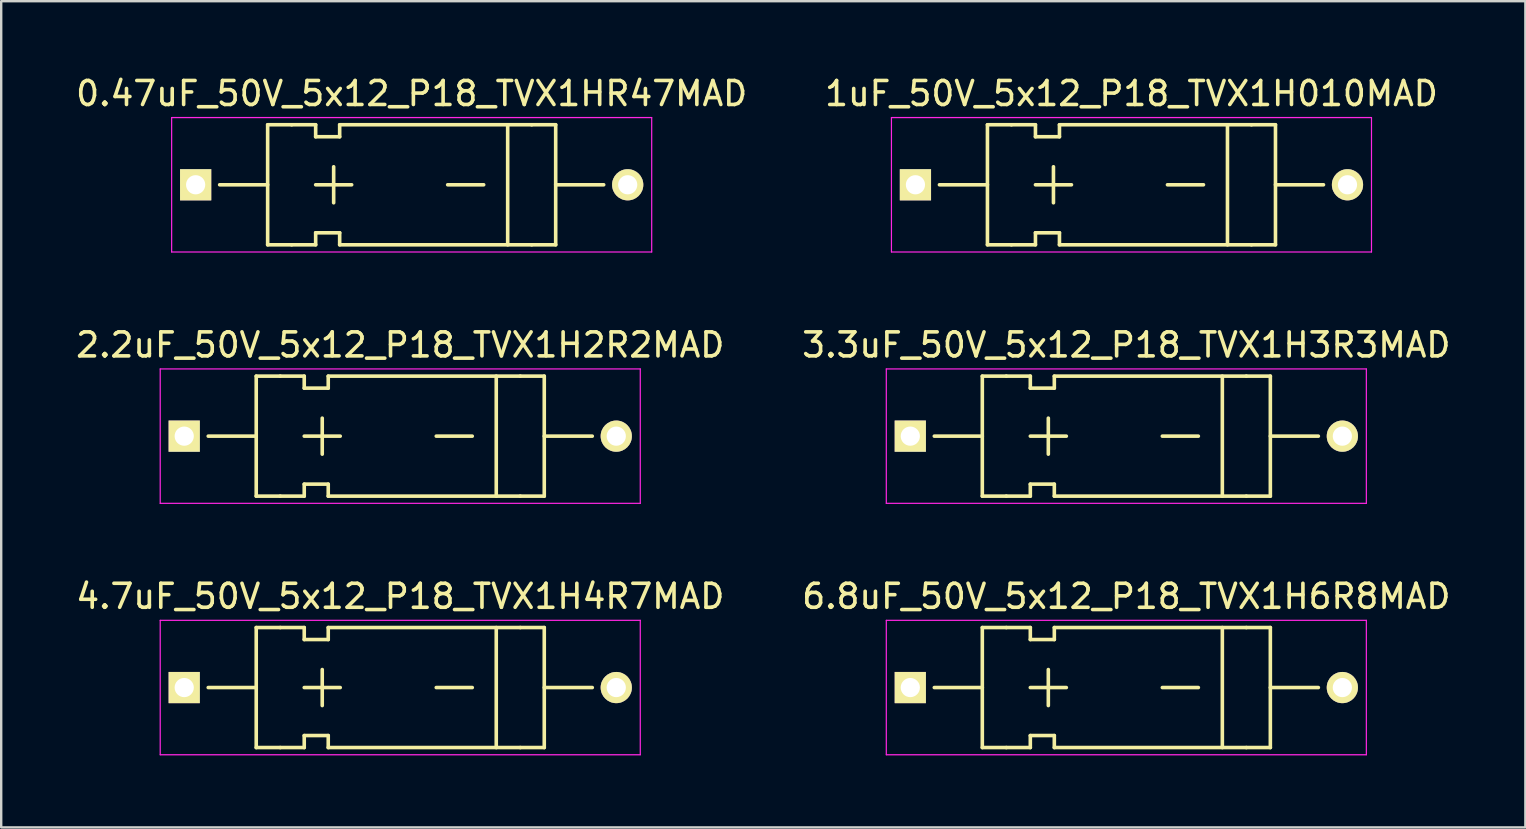
<source format=kicad_pcb>
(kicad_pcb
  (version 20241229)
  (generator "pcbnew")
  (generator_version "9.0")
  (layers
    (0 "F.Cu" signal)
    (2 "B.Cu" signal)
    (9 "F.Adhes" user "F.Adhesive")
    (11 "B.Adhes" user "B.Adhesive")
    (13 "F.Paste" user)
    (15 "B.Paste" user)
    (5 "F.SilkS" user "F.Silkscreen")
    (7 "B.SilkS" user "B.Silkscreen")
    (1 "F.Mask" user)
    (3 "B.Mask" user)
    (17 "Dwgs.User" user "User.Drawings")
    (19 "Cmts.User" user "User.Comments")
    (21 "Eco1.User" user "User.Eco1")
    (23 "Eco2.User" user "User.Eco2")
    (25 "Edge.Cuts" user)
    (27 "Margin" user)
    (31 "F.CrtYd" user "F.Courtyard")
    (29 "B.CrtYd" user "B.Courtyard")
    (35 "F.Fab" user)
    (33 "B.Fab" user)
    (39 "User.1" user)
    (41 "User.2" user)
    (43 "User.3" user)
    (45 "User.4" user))
  (footprint "1uF_50V_5x12_P18_TVX1H010MAD"
    (layer "F.Cu")
    (at 35.089 4.648)
    (property "Reference" "1uF_50V_5x12_P18_TVX1H010MAD" (at 9 -3.8 0) (layer "F.SilkS") (effects (font (size 1 1) (thickness 0.15))))
    (attr through_hole)
    (fp_line (start 1 0) (end 3 0) (stroke (width 0.15) (type solid)) (layer "F.SilkS"))
    (fp_line (start 3 2.5) (end 3 -2.5) (stroke (width 0.15) (type solid)) (layer "F.SilkS"))
    (fp_line (start 3 2.5) (end 4 2.5) (stroke (width 0.15) (type solid)) (layer "F.SilkS"))
    (fp_line (start 4 -2.5) (end 3 -2.5) (stroke (width 0.15) (type solid)) (layer "F.SilkS"))
    (fp_line (start 5 -2.5) (end 4 -2.5) (stroke (width 0.15) (type solid)) (layer "F.SilkS"))
    (fp_line (start 5 -2.5) (end 5 -2) (stroke (width 0.15) (type solid)) (layer "F.SilkS"))
    (fp_line (start 5 -2) (end 6 -2) (stroke (width 0.15) (type solid)) (layer "F.SilkS"))
    (fp_line (start 5 0) (end 6.5 0) (stroke (width 0.15) (type solid)) (layer "F.SilkS"))
    (fp_line (start 5 2) (end 5 2.5) (stroke (width 0.15) (type solid)) (layer "F.SilkS"))
    (fp_line (start 5 2.5) (end 4 2.5) (stroke (width 0.15) (type solid)) (layer "F.SilkS"))
    (fp_line (start 5.75 0.75) (end 5.75 -0.75) (stroke (width 0.15) (type solid)) (layer "F.SilkS"))
    (fp_line (start 6 -2) (end 6 -2.5) (stroke (width 0.15) (type solid)) (layer "F.SilkS"))
    (fp_line (start 6 2) (end 5 2) (stroke (width 0.15) (type solid)) (layer "F.SilkS"))
    (fp_line (start 6 2.5) (end 6 2) (stroke (width 0.15) (type solid)) (layer "F.SilkS"))
    (fp_line (start 6 2.5) (end 14 2.5) (stroke (width 0.15) (type solid)) (layer "F.SilkS"))
    (fp_line (start 10.5 0) (end 12 0) (stroke (width 0.15) (type solid)) (layer "F.SilkS"))
    (fp_line (start 13 -2.5) (end 13 2.5) (stroke (width 0.15) (type solid)) (layer "F.SilkS"))
    (fp_line (start 14 -2.5) (end 6 -2.5) (stroke (width 0.15) (type solid)) (layer "F.SilkS"))
    (fp_line (start 14 -2.5) (end 15 -2.5) (stroke (width 0.15) (type solid)) (layer "F.SilkS"))
    (fp_line (start 14 2.5) (end 15 2.5) (stroke (width 0.15) (type solid)) (layer "F.SilkS"))
    (fp_line (start 15 2.5) (end 15 -2.5) (stroke (width 0.15) (type solid)) (layer "F.SilkS"))
    (fp_line (start 17 0) (end 15 0) (stroke (width 0.15) (type solid)) (layer "F.SilkS"))
    (fp_line (start -1 -2.8) (end 19 -2.8) (stroke (width 0.05) (type solid)) (layer "F.CrtYd"))
    (fp_line (start -1 2.8) (end -1 -2.8) (stroke (width 0.05) (type solid)) (layer "F.CrtYd"))
    (fp_line (start 19 -2.8) (end 19 2.8) (stroke (width 0.05) (type solid)) (layer "F.CrtYd"))
    (fp_line (start 19 2.8) (end -1 2.8) (stroke (width 0.05) (type solid)) (layer "F.CrtYd"))
    (pad "1" thru_hole rect (at 0 0) (size 1.3 1.3) (drill 0.8) (layers "*.Cu" "*.Mask" "F.SilkS"))
    (pad "2" thru_hole circle (at 18 0) (size 1.3 1.3) (drill 0.8) (layers "*.Cu" "*.Mask" "F.SilkS")))
  (footprint "0.47uF_50V_5x12_P18_TVX1HR47MAD"
    (layer "F.Cu")
    (at 5.101 4.648)
    (property "Reference" "0.47uF_50V_5x12_P18_TVX1HR47MAD" (at 9 -3.8 0) (layer "F.SilkS") (effects (font (size 1 1) (thickness 0.15))))
    (attr through_hole)
    (fp_line (start 1 0) (end 3 0) (stroke (width 0.15) (type solid)) (layer "F.SilkS"))
    (fp_line (start 3 2.5) (end 3 -2.5) (stroke (width 0.15) (type solid)) (layer "F.SilkS"))
    (fp_line (start 3 2.5) (end 4 2.5) (stroke (width 0.15) (type solid)) (layer "F.SilkS"))
    (fp_line (start 4 -2.5) (end 3 -2.5) (stroke (width 0.15) (type solid)) (layer "F.SilkS"))
    (fp_line (start 5 -2.5) (end 4 -2.5) (stroke (width 0.15) (type solid)) (layer "F.SilkS"))
    (fp_line (start 5 -2.5) (end 5 -2) (stroke (width 0.15) (type solid)) (layer "F.SilkS"))
    (fp_line (start 5 -2) (end 6 -2) (stroke (width 0.15) (type solid)) (layer "F.SilkS"))
    (fp_line (start 5 0) (end 6.5 0) (stroke (width 0.15) (type solid)) (layer "F.SilkS"))
    (fp_line (start 5 2) (end 5 2.5) (stroke (width 0.15) (type solid)) (layer "F.SilkS"))
    (fp_line (start 5 2.5) (end 4 2.5) (stroke (width 0.15) (type solid)) (layer "F.SilkS"))
    (fp_line (start 5.75 0.75) (end 5.75 -0.75) (stroke (width 0.15) (type solid)) (layer "F.SilkS"))
    (fp_line (start 6 -2) (end 6 -2.5) (stroke (width 0.15) (type solid)) (layer "F.SilkS"))
    (fp_line (start 6 2) (end 5 2) (stroke (width 0.15) (type solid)) (layer "F.SilkS"))
    (fp_line (start 6 2.5) (end 6 2) (stroke (width 0.15) (type solid)) (layer "F.SilkS"))
    (fp_line (start 6 2.5) (end 14 2.5) (stroke (width 0.15) (type solid)) (layer "F.SilkS"))
    (fp_line (start 10.5 0) (end 12 0) (stroke (width 0.15) (type solid)) (layer "F.SilkS"))
    (fp_line (start 13 -2.5) (end 13 2.5) (stroke (width 0.15) (type solid)) (layer "F.SilkS"))
    (fp_line (start 14 -2.5) (end 6 -2.5) (stroke (width 0.15) (type solid)) (layer "F.SilkS"))
    (fp_line (start 14 -2.5) (end 15 -2.5) (stroke (width 0.15) (type solid)) (layer "F.SilkS"))
    (fp_line (start 14 2.5) (end 15 2.5) (stroke (width 0.15) (type solid)) (layer "F.SilkS"))
    (fp_line (start 15 2.5) (end 15 -2.5) (stroke (width 0.15) (type solid)) (layer "F.SilkS"))
    (fp_line (start 17 0) (end 15 0) (stroke (width 0.15) (type solid)) (layer "F.SilkS"))
    (fp_line (start -1 -2.8) (end 19 -2.8) (stroke (width 0.05) (type solid)) (layer "F.CrtYd"))
    (fp_line (start -1 2.8) (end -1 -2.8) (stroke (width 0.05) (type solid)) (layer "F.CrtYd"))
    (fp_line (start 19 -2.8) (end 19 2.8) (stroke (width 0.05) (type solid)) (layer "F.CrtYd"))
    (fp_line (start 19 2.8) (end -1 2.8) (stroke (width 0.05) (type solid)) (layer "F.CrtYd"))
    (pad "1" thru_hole rect (at 0 0) (size 1.3 1.3) (drill 0.8) (layers "*.Cu" "*.Mask" "F.SilkS"))
    (pad "2" thru_hole circle (at 18 0) (size 1.3 1.3) (drill 0.8) (layers "*.Cu" "*.Mask" "F.SilkS")))
  (footprint "3.3uF_50V_5x12_P18_TVX1H3R3MAD"
    (layer "F.Cu")
    (at 34.875 15.121)
    (property "Reference" "3.3uF_50V_5x12_P18_TVX1H3R3MAD" (at 9 -3.8 0) (layer "F.SilkS") (effects (font (size 1 1) (thickness 0.15))))
    (attr through_hole)
    (fp_line (start 1 0) (end 3 0) (stroke (width 0.15) (type solid)) (layer "F.SilkS"))
    (fp_line (start 3 2.5) (end 3 -2.5) (stroke (width 0.15) (type solid)) (layer "F.SilkS"))
    (fp_line (start 3 2.5) (end 4 2.5) (stroke (width 0.15) (type solid)) (layer "F.SilkS"))
    (fp_line (start 4 -2.5) (end 3 -2.5) (stroke (width 0.15) (type solid)) (layer "F.SilkS"))
    (fp_line (start 5 -2.5) (end 4 -2.5) (stroke (width 0.15) (type solid)) (layer "F.SilkS"))
    (fp_line (start 5 -2.5) (end 5 -2) (stroke (width 0.15) (type solid)) (layer "F.SilkS"))
    (fp_line (start 5 -2) (end 6 -2) (stroke (width 0.15) (type solid)) (layer "F.SilkS"))
    (fp_line (start 5 0) (end 6.5 0) (stroke (width 0.15) (type solid)) (layer "F.SilkS"))
    (fp_line (start 5 2) (end 5 2.5) (stroke (width 0.15) (type solid)) (layer "F.SilkS"))
    (fp_line (start 5 2.5) (end 4 2.5) (stroke (width 0.15) (type solid)) (layer "F.SilkS"))
    (fp_line (start 5.75 0.75) (end 5.75 -0.75) (stroke (width 0.15) (type solid)) (layer "F.SilkS"))
    (fp_line (start 6 -2) (end 6 -2.5) (stroke (width 0.15) (type solid)) (layer "F.SilkS"))
    (fp_line (start 6 2) (end 5 2) (stroke (width 0.15) (type solid)) (layer "F.SilkS"))
    (fp_line (start 6 2.5) (end 6 2) (stroke (width 0.15) (type solid)) (layer "F.SilkS"))
    (fp_line (start 6 2.5) (end 14 2.5) (stroke (width 0.15) (type solid)) (layer "F.SilkS"))
    (fp_line (start 10.5 0) (end 12 0) (stroke (width 0.15) (type solid)) (layer "F.SilkS"))
    (fp_line (start 13 -2.5) (end 13 2.5) (stroke (width 0.15) (type solid)) (layer "F.SilkS"))
    (fp_line (start 14 -2.5) (end 6 -2.5) (stroke (width 0.15) (type solid)) (layer "F.SilkS"))
    (fp_line (start 14 -2.5) (end 15 -2.5) (stroke (width 0.15) (type solid)) (layer "F.SilkS"))
    (fp_line (start 14 2.5) (end 15 2.5) (stroke (width 0.15) (type solid)) (layer "F.SilkS"))
    (fp_line (start 15 2.5) (end 15 -2.5) (stroke (width 0.15) (type solid)) (layer "F.SilkS"))
    (fp_line (start 17 0) (end 15 0) (stroke (width 0.15) (type solid)) (layer "F.SilkS"))
    (fp_line (start -1 -2.8) (end 19 -2.8) (stroke (width 0.05) (type solid)) (layer "F.CrtYd"))
    (fp_line (start -1 2.8) (end -1 -2.8) (stroke (width 0.05) (type solid)) (layer "F.CrtYd"))
    (fp_line (start 19 -2.8) (end 19 2.8) (stroke (width 0.05) (type solid)) (layer "F.CrtYd"))
    (fp_line (start 19 2.8) (end -1 2.8) (stroke (width 0.05) (type solid)) (layer "F.CrtYd"))
    (pad "1" thru_hole rect (at 0 0) (size 1.3 1.3) (drill 0.8) (layers "*.Cu" "*.Mask" "F.SilkS"))
    (pad "2" thru_hole circle (at 18 0) (size 1.3 1.3) (drill 0.8) (layers "*.Cu" "*.Mask" "F.SilkS")))
  (footprint "6.8uF_50V_5x12_P18_TVX1H6R8MAD"
    (layer "F.Cu")
    (at 34.875 25.595)
    (property "Reference" "6.8uF_50V_5x12_P18_TVX1H6R8MAD" (at 9 -3.8 0) (layer "F.SilkS") (effects (font (size 1 1) (thickness 0.15))))
    (attr through_hole)
    (fp_line (start 1 0) (end 3 0) (stroke (width 0.15) (type solid)) (layer "F.SilkS"))
    (fp_line (start 3 2.5) (end 3 -2.5) (stroke (width 0.15) (type solid)) (layer "F.SilkS"))
    (fp_line (start 3 2.5) (end 4 2.5) (stroke (width 0.15) (type solid)) (layer "F.SilkS"))
    (fp_line (start 4 -2.5) (end 3 -2.5) (stroke (width 0.15) (type solid)) (layer "F.SilkS"))
    (fp_line (start 5 -2.5) (end 4 -2.5) (stroke (width 0.15) (type solid)) (layer "F.SilkS"))
    (fp_line (start 5 -2.5) (end 5 -2) (stroke (width 0.15) (type solid)) (layer "F.SilkS"))
    (fp_line (start 5 -2) (end 6 -2) (stroke (width 0.15) (type solid)) (layer "F.SilkS"))
    (fp_line (start 5 0) (end 6.5 0) (stroke (width 0.15) (type solid)) (layer "F.SilkS"))
    (fp_line (start 5 2) (end 5 2.5) (stroke (width 0.15) (type solid)) (layer "F.SilkS"))
    (fp_line (start 5 2.5) (end 4 2.5) (stroke (width 0.15) (type solid)) (layer "F.SilkS"))
    (fp_line (start 5.75 0.75) (end 5.75 -0.75) (stroke (width 0.15) (type solid)) (layer "F.SilkS"))
    (fp_line (start 6 -2) (end 6 -2.5) (stroke (width 0.15) (type solid)) (layer "F.SilkS"))
    (fp_line (start 6 2) (end 5 2) (stroke (width 0.15) (type solid)) (layer "F.SilkS"))
    (fp_line (start 6 2.5) (end 6 2) (stroke (width 0.15) (type solid)) (layer "F.SilkS"))
    (fp_line (start 6 2.5) (end 14 2.5) (stroke (width 0.15) (type solid)) (layer "F.SilkS"))
    (fp_line (start 10.5 0) (end 12 0) (stroke (width 0.15) (type solid)) (layer "F.SilkS"))
    (fp_line (start 13 -2.5) (end 13 2.5) (stroke (width 0.15) (type solid)) (layer "F.SilkS"))
    (fp_line (start 14 -2.5) (end 6 -2.5) (stroke (width 0.15) (type solid)) (layer "F.SilkS"))
    (fp_line (start 14 -2.5) (end 15 -2.5) (stroke (width 0.15) (type solid)) (layer "F.SilkS"))
    (fp_line (start 14 2.5) (end 15 2.5) (stroke (width 0.15) (type solid)) (layer "F.SilkS"))
    (fp_line (start 15 2.5) (end 15 -2.5) (stroke (width 0.15) (type solid)) (layer "F.SilkS"))
    (fp_line (start 17 0) (end 15 0) (stroke (width 0.15) (type solid)) (layer "F.SilkS"))
    (fp_line (start -1 -2.8) (end 19 -2.8) (stroke (width 0.05) (type solid)) (layer "F.CrtYd"))
    (fp_line (start -1 2.8) (end -1 -2.8) (stroke (width 0.05) (type solid)) (layer "F.CrtYd"))
    (fp_line (start 19 -2.8) (end 19 2.8) (stroke (width 0.05) (type solid)) (layer "F.CrtYd"))
    (fp_line (start 19 2.8) (end -1 2.8) (stroke (width 0.05) (type solid)) (layer "F.CrtYd"))
    (pad "1" thru_hole rect (at 0 0) (size 1.3 1.3) (drill 0.8) (layers "*.Cu" "*.Mask" "F.SilkS"))
    (pad "2" thru_hole circle (at 18 0) (size 1.3 1.3) (drill 0.8) (layers "*.Cu" "*.Mask" "F.SilkS")))
  (footprint "4.7uF_50V_5x12_P18_TVX1H4R7MAD"
    (layer "F.Cu")
    (at 4.625 25.595)
    (property "Reference" "4.7uF_50V_5x12_P18_TVX1H4R7MAD" (at 9 -3.8 0) (layer "F.SilkS") (effects (font (size 1 1) (thickness 0.15))))
    (attr through_hole)
    (fp_line (start 1 0) (end 3 0) (stroke (width 0.15) (type solid)) (layer "F.SilkS"))
    (fp_line (start 3 2.5) (end 3 -2.5) (stroke (width 0.15) (type solid)) (layer "F.SilkS"))
    (fp_line (start 3 2.5) (end 4 2.5) (stroke (width 0.15) (type solid)) (layer "F.SilkS"))
    (fp_line (start 4 -2.5) (end 3 -2.5) (stroke (width 0.15) (type solid)) (layer "F.SilkS"))
    (fp_line (start 5 -2.5) (end 4 -2.5) (stroke (width 0.15) (type solid)) (layer "F.SilkS"))
    (fp_line (start 5 -2.5) (end 5 -2) (stroke (width 0.15) (type solid)) (layer "F.SilkS"))
    (fp_line (start 5 -2) (end 6 -2) (stroke (width 0.15) (type solid)) (layer "F.SilkS"))
    (fp_line (start 5 0) (end 6.5 0) (stroke (width 0.15) (type solid)) (layer "F.SilkS"))
    (fp_line (start 5 2) (end 5 2.5) (stroke (width 0.15) (type solid)) (layer "F.SilkS"))
    (fp_line (start 5 2.5) (end 4 2.5) (stroke (width 0.15) (type solid)) (layer "F.SilkS"))
    (fp_line (start 5.75 0.75) (end 5.75 -0.75) (stroke (width 0.15) (type solid)) (layer "F.SilkS"))
    (fp_line (start 6 -2) (end 6 -2.5) (stroke (width 0.15) (type solid)) (layer "F.SilkS"))
    (fp_line (start 6 2) (end 5 2) (stroke (width 0.15) (type solid)) (layer "F.SilkS"))
    (fp_line (start 6 2.5) (end 6 2) (stroke (width 0.15) (type solid)) (layer "F.SilkS"))
    (fp_line (start 6 2.5) (end 14 2.5) (stroke (width 0.15) (type solid)) (layer "F.SilkS"))
    (fp_line (start 10.5 0) (end 12 0) (stroke (width 0.15) (type solid)) (layer "F.SilkS"))
    (fp_line (start 13 -2.5) (end 13 2.5) (stroke (width 0.15) (type solid)) (layer "F.SilkS"))
    (fp_line (start 14 -2.5) (end 6 -2.5) (stroke (width 0.15) (type solid)) (layer "F.SilkS"))
    (fp_line (start 14 -2.5) (end 15 -2.5) (stroke (width 0.15) (type solid)) (layer "F.SilkS"))
    (fp_line (start 14 2.5) (end 15 2.5) (stroke (width 0.15) (type solid)) (layer "F.SilkS"))
    (fp_line (start 15 2.5) (end 15 -2.5) (stroke (width 0.15) (type solid)) (layer "F.SilkS"))
    (fp_line (start 17 0) (end 15 0) (stroke (width 0.15) (type solid)) (layer "F.SilkS"))
    (fp_line (start -1 -2.8) (end 19 -2.8) (stroke (width 0.05) (type solid)) (layer "F.CrtYd"))
    (fp_line (start -1 2.8) (end -1 -2.8) (stroke (width 0.05) (type solid)) (layer "F.CrtYd"))
    (fp_line (start 19 -2.8) (end 19 2.8) (stroke (width 0.05) (type solid)) (layer "F.CrtYd"))
    (fp_line (start 19 2.8) (end -1 2.8) (stroke (width 0.05) (type solid)) (layer "F.CrtYd"))
    (pad "1" thru_hole rect (at 0 0) (size 1.3 1.3) (drill 0.8) (layers "*.Cu" "*.Mask" "F.SilkS"))
    (pad "2" thru_hole circle (at 18 0) (size 1.3 1.3) (drill 0.8) (layers "*.Cu" "*.Mask" "F.SilkS")))
  (footprint "2.2uF_50V_5x12_P18_TVX1H2R2MAD"
    (layer "F.Cu")
    (at 4.625 15.121)
    (property "Reference" "2.2uF_50V_5x12_P18_TVX1H2R2MAD" (at 9 -3.8 0) (layer "F.SilkS") (effects (font (size 1 1) (thickness 0.15))))
    (attr through_hole)
    (fp_line (start 1 0) (end 3 0) (stroke (width 0.15) (type solid)) (layer "F.SilkS"))
    (fp_line (start 3 2.5) (end 3 -2.5) (stroke (width 0.15) (type solid)) (layer "F.SilkS"))
    (fp_line (start 3 2.5) (end 4 2.5) (stroke (width 0.15) (type solid)) (layer "F.SilkS"))
    (fp_line (start 4 -2.5) (end 3 -2.5) (stroke (width 0.15) (type solid)) (layer "F.SilkS"))
    (fp_line (start 5 -2.5) (end 4 -2.5) (stroke (width 0.15) (type solid)) (layer "F.SilkS"))
    (fp_line (start 5 -2.5) (end 5 -2) (stroke (width 0.15) (type solid)) (layer "F.SilkS"))
    (fp_line (start 5 -2) (end 6 -2) (stroke (width 0.15) (type solid)) (layer "F.SilkS"))
    (fp_line (start 5 0) (end 6.5 0) (stroke (width 0.15) (type solid)) (layer "F.SilkS"))
    (fp_line (start 5 2) (end 5 2.5) (stroke (width 0.15) (type solid)) (layer "F.SilkS"))
    (fp_line (start 5 2.5) (end 4 2.5) (stroke (width 0.15) (type solid)) (layer "F.SilkS"))
    (fp_line (start 5.75 0.75) (end 5.75 -0.75) (stroke (width 0.15) (type solid)) (layer "F.SilkS"))
    (fp_line (start 6 -2) (end 6 -2.5) (stroke (width 0.15) (type solid)) (layer "F.SilkS"))
    (fp_line (start 6 2) (end 5 2) (stroke (width 0.15) (type solid)) (layer "F.SilkS"))
    (fp_line (start 6 2.5) (end 6 2) (stroke (width 0.15) (type solid)) (layer "F.SilkS"))
    (fp_line (start 6 2.5) (end 14 2.5) (stroke (width 0.15) (type solid)) (layer "F.SilkS"))
    (fp_line (start 10.5 0) (end 12 0) (stroke (width 0.15) (type solid)) (layer "F.SilkS"))
    (fp_line (start 13 -2.5) (end 13 2.5) (stroke (width 0.15) (type solid)) (layer "F.SilkS"))
    (fp_line (start 14 -2.5) (end 6 -2.5) (stroke (width 0.15) (type solid)) (layer "F.SilkS"))
    (fp_line (start 14 -2.5) (end 15 -2.5) (stroke (width 0.15) (type solid)) (layer "F.SilkS"))
    (fp_line (start 14 2.5) (end 15 2.5) (stroke (width 0.15) (type solid)) (layer "F.SilkS"))
    (fp_line (start 15 2.5) (end 15 -2.5) (stroke (width 0.15) (type solid)) (layer "F.SilkS"))
    (fp_line (start 17 0) (end 15 0) (stroke (width 0.15) (type solid)) (layer "F.SilkS"))
    (fp_line (start -1 -2.8) (end 19 -2.8) (stroke (width 0.05) (type solid)) (layer "F.CrtYd"))
    (fp_line (start -1 2.8) (end -1 -2.8) (stroke (width 0.05) (type solid)) (layer "F.CrtYd"))
    (fp_line (start 19 -2.8) (end 19 2.8) (stroke (width 0.05) (type solid)) (layer "F.CrtYd"))
    (fp_line (start 19 2.8) (end -1 2.8) (stroke (width 0.05) (type solid)) (layer "F.CrtYd"))
    (pad "1" thru_hole rect (at 0 0) (size 1.3 1.3) (drill 0.8) (layers "*.Cu" "*.Mask" "F.SilkS"))
    (pad "2" thru_hole circle (at 18 0) (size 1.3 1.3) (drill 0.8) (layers "*.Cu" "*.Mask" "F.SilkS")))
  (gr_rect
    (start -3 -3)
    (end 60.5 31.42)
    (stroke (width 0.1) (type default))
    (fill no)
    (layer "Edge.Cuts")))
</source>
